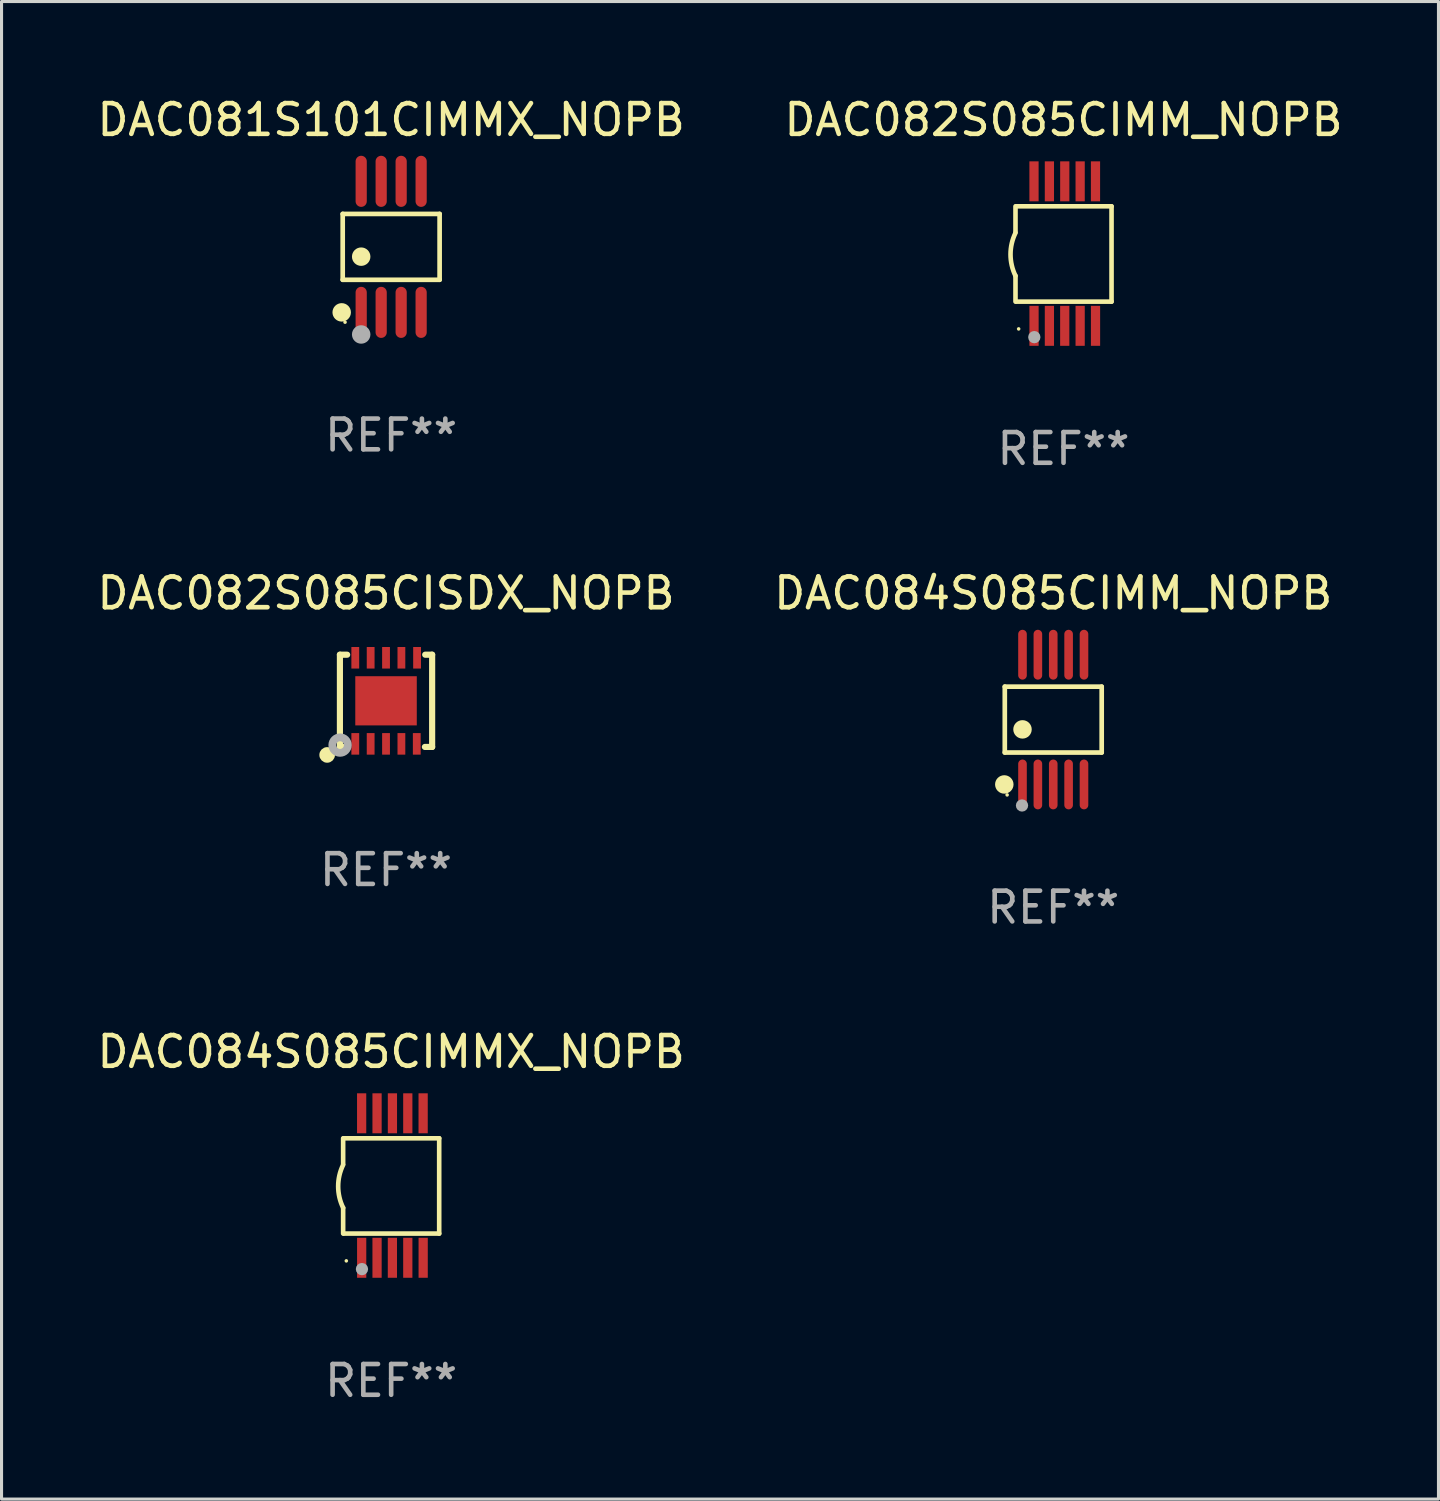
<source format=kicad_pcb>
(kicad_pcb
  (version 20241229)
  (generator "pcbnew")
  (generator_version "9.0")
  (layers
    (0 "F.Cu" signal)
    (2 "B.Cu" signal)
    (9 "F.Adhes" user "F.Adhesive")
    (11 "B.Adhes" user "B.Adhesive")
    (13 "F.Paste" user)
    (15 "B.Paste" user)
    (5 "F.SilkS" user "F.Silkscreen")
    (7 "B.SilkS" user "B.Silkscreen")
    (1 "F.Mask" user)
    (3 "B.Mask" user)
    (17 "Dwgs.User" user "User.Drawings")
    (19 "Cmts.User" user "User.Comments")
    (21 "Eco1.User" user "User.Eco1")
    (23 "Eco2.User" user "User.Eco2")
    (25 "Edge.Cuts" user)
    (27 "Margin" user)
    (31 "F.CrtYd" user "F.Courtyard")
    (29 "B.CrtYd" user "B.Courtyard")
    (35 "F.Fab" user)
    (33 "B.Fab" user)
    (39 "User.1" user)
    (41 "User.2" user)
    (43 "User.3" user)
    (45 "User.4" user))
  (footprint "DAC082S085CIMM_NOPB"
    (layer "F.Cu")
    (at 31.542 5.198)
    (property "Reference" "DAC082S085CIMM_NOPB" (at 0 -4.35 0) (layer "F.SilkS") (effects (font (size 1 1) (thickness 0.15))))
    (attr through_hole)
    (fp_line (start -1.562 -1.537) (end -1.562 -0.698) (stroke (width 0.15) (type solid)) (layer "F.SilkS"))
    (fp_line (start -1.562 0.724) (end -1.562 1.562) (stroke (width 0.15) (type solid)) (layer "F.SilkS"))
    (fp_line (start -1.538 -1.537) (end 1.562 -1.537) (stroke (width 0.15) (type solid)) (layer "F.SilkS"))
    (fp_line (start -1.538 1.562) (end 1.562 1.562) (stroke (width 0.15) (type solid)) (layer "F.SilkS"))
    (fp_line (start 1.562 1.564) (end 1.562 -1.537) (stroke (width 0.15) (type solid)) (layer "F.SilkS"))
    (fp_arc (start -1.562103 0.724079) (mid -1.723579 0.025578) (end -1.562103 -0.672924) (stroke (width 0.150013) (type solid)) (layer "F.SilkS"))
    (fp_circle (center -1.459 2.45) (end -1.429 2.45) (stroke (width 0.06) (type solid)) (fill no) (layer "F.SilkS"))
    (fp_circle (center -0.95 2.718) (end -0.85 2.718) (stroke (width 0.2) (type solid)) (fill no) (layer "F.Fab"))
    (fp_text user "REF**" (at 0 6.35 0) (layer "F.Fab") (effects (font (size 1 1) (thickness 0.15))))
    (pad "1" smd rect (at -0.959 2.35) (size 0.3 1.3) (layers "F.Cu" "F.Mask" "F.Paste"))
    (pad "2" smd rect (at -0.459 2.35) (size 0.3 1.3) (layers "F.Cu" "F.Mask" "F.Paste"))
    (pad "3" smd rect (at 0.04 2.35) (size 0.3 1.3) (layers "F.Cu" "F.Mask" "F.Paste"))
    (pad "4" smd rect (at 0.541 2.35) (size 0.3 1.3) (layers "F.Cu" "F.Mask" "F.Paste"))
    (pad "5" smd rect (at 1.041 2.35) (size 0.3 1.3) (layers "F.Cu" "F.Mask" "F.Paste"))
    (pad "6" smd rect (at 1.04 -2.35) (size 0.3 1.3) (layers "F.Cu" "F.Mask" "F.Paste"))
    (pad "7" smd rect (at 0.541 -2.35) (size 0.3 1.3) (layers "F.Cu" "F.Mask" "F.Paste"))
    (pad "8" smd rect (at 0.041 -2.35) (size 0.3 1.3) (layers "F.Cu" "F.Mask" "F.Paste"))
    (pad "9" smd rect (at -0.459 -2.35) (size 0.3 1.3) (layers "F.Cu" "F.Mask" "F.Paste"))
    (pad "10" smd rect (at -0.96 -2.35) (size 0.3 1.3) (layers "F.Cu" "F.Mask" "F.Paste")))
  (footprint "DAC084S085CIMM_NOPB"
    (layer "F.Cu")
    (at 31.208 20.355)
    (property "Reference" "DAC084S085CIMM_NOPB" (at 0 -4.11 0) (layer "F.SilkS") (effects (font (size 1 1) (thickness 0.15))))
    (attr through_hole)
    (fp_line (start -1.576 -1.071) (end 1.576 -1.071) (stroke (width 0.152) (type solid)) (layer "F.SilkS"))
    (fp_line (start -1.576 1.071) (end -1.576 -1.071) (stroke (width 0.152) (type solid)) (layer "F.SilkS"))
    (fp_line (start 1.576 -1.071) (end 1.576 1.071) (stroke (width 0.152) (type solid)) (layer "F.SilkS"))
    (fp_line (start 1.576 1.071) (end -1.576 1.071) (stroke (width 0.152) (type solid)) (layer "F.SilkS"))
    (fp_circle (center -1.592 2.11) (end -1.442 2.11) (stroke (width 0.3) (type solid)) (fill no) (layer "F.SilkS"))
    (fp_circle (center -1.5 2.45) (end -1.47 2.45) (stroke (width 0.06) (type solid)) (fill no) (layer "F.SilkS"))
    (fp_circle (center -1 0.319) (end -0.85 0.319) (stroke (width 0.3) (type solid)) (fill no) (layer "F.SilkS"))
    (fp_circle (center -1.016 2.794) (end -0.916 2.794) (stroke (width 0.2) (type solid)) (fill no) (layer "F.Fab"))
    (fp_text user "REF**" (at 0 6.11 0) (layer "F.Fab") (effects (font (size 1 1) (thickness 0.15))))
    (pad "1" smd oval (at -1 2.11) (size 0.28 1.62) (layers "F.Cu" "F.Mask" "F.Paste"))
    (pad "2" smd oval (at -0.5 2.11) (size 0.28 1.62) (layers "F.Cu" "F.Mask" "F.Paste"))
    (pad "3" smd oval (at 0 2.11) (size 0.28 1.62) (layers "F.Cu" "F.Mask" "F.Paste"))
    (pad "4" smd oval (at 0.5 2.11) (size 0.28 1.62) (layers "F.Cu" "F.Mask" "F.Paste"))
    (pad "5" smd oval (at 1 2.11) (size 0.28 1.62) (layers "F.Cu" "F.Mask" "F.Paste"))
    (pad "6" smd oval (at 1 -2.11) (size 0.28 1.62) (layers "F.Cu" "F.Mask" "F.Paste"))
    (pad "7" smd oval (at 0.5 -2.11) (size 0.28 1.62) (layers "F.Cu" "F.Mask" "F.Paste"))
    (pad "8" smd oval (at 0 -2.11) (size 0.28 1.62) (layers "F.Cu" "F.Mask" "F.Paste"))
    (pad "9" smd oval (at -0.5 -2.11) (size 0.28 1.62) (layers "F.Cu" "F.Mask" "F.Paste"))
    (pad "10" smd oval (at -1 -2.11) (size 0.28 1.62) (layers "F.Cu" "F.Mask" "F.Paste")))
  (footprint "DAC081S101CIMMX_NOPB"
    (layer "F.Cu")
    (at 9.673 4.979)
    (property "Reference" "DAC081S101CIMMX_NOPB" (at 0 -4.131 0) (layer "F.SilkS") (effects (font (size 1 1) (thickness 0.15))))
    (attr through_hole)
    (fp_line (start -1.576 -1.071) (end 1.576 -1.071) (stroke (width 0.152) (type solid)) (layer "F.SilkS"))
    (fp_line (start -1.576 1.071) (end -1.576 -1.071) (stroke (width 0.152) (type solid)) (layer "F.SilkS"))
    (fp_line (start 1.576 -1.071) (end 1.576 1.071) (stroke (width 0.152) (type solid)) (layer "F.SilkS"))
    (fp_line (start 1.576 1.071) (end -1.576 1.071) (stroke (width 0.152) (type solid)) (layer "F.SilkS"))
    (fp_circle (center -1.609 2.131) (end -1.459 2.131) (stroke (width 0.3) (type solid)) (fill no) (layer "F.SilkS"))
    (fp_circle (center -1.5 2.45) (end -1.47 2.45) (stroke (width 0.06) (type solid)) (fill no) (layer "F.SilkS"))
    (fp_circle (center -0.975 0.319) (end -0.825 0.319) (stroke (width 0.3) (type solid)) (fill no) (layer "F.SilkS"))
    (fp_circle (center -0.975 2.85) (end -0.825 2.85) (stroke (width 0.3) (type solid)) (fill no) (layer "F.Fab"))
    (fp_text user "REF**" (at 0 6.131 0) (layer "F.Fab") (effects (font (size 1 1) (thickness 0.15))))
    (pad "1" smd oval (at -0.975 2.131) (size 0.364 1.662) (layers "F.Cu" "F.Mask" "F.Paste"))
    (pad "2" smd oval (at -0.325 2.131) (size 0.364 1.662) (layers "F.Cu" "F.Mask" "F.Paste"))
    (pad "3" smd oval (at 0.325 2.131) (size 0.364 1.662) (layers "F.Cu" "F.Mask" "F.Paste"))
    (pad "4" smd oval (at 0.975 2.131) (size 0.364 1.662) (layers "F.Cu" "F.Mask" "F.Paste"))
    (pad "5" smd oval (at 0.975 -2.131) (size 0.364 1.662) (layers "F.Cu" "F.Mask" "F.Paste"))
    (pad "6" smd oval (at 0.325 -2.131) (size 0.364 1.662) (layers "F.Cu" "F.Mask" "F.Paste"))
    (pad "7" smd oval (at -0.325 -2.131) (size 0.364 1.662) (layers "F.Cu" "F.Mask" "F.Paste"))
    (pad "8" smd oval (at -0.975 -2.131) (size 0.364 1.662) (layers "F.Cu" "F.Mask" "F.Paste")))
  (footprint "DAC082S085CISDX_NOPB"
    (layer "F.Cu")
    (at 9.506 19.745)
    (property "Reference" "DAC082S085CISDX_NOPB" (at 0 -3.5 0) (layer "F.SilkS") (effects (font (size 1 1) (thickness 0.15))))
    (attr through_hole)
    (fp_line (start -1.5 -1.5) (end -1.5 1.5) (stroke (width 0.2) (type solid)) (layer "F.SilkS"))
    (fp_line (start -1.5 -1.5) (end -1.264 -1.5) (stroke (width 0.2) (type solid)) (layer "F.SilkS"))
    (fp_line (start -1.5 1.5) (end -1.264 1.5) (stroke (width 0.2) (type solid)) (layer "F.SilkS"))
    (fp_line (start 1.264 1.5) (end 1.5 1.5) (stroke (width 0.2) (type solid)) (layer "F.SilkS"))
    (fp_line (start 1.274 -1.5) (end 1.5 -1.5) (stroke (width 0.2) (type solid)) (layer "F.SilkS"))
    (fp_line (start 1.5 -1.5) (end 1.5 1.5) (stroke (width 0.2) (type solid)) (layer "F.SilkS"))
    (fp_circle (center -1.915 1.76) (end -1.788 1.76) (stroke (width 0.254) (type solid)) (fill no) (layer "F.SilkS"))
    (fp_circle (center -1.495 1.5) (end -1.465 1.5) (stroke (width 0.06) (type solid)) (fill no) (layer "F.SilkS"))
    (fp_circle (center -1.495 1.44) (end -1.37 1.44) (stroke (width 0.254) (type solid)) (fill no) (layer "F.Fab"))
    (fp_text user "REF**" (at 0 5.5 0) (layer "F.Fab") (effects (font (size 1 1) (thickness 0.15))))
    (pad "1" smd rect (at -1 1.4) (size 0.254 0.701) (layers "F.Cu" "F.Mask" "F.Paste"))
    (pad "2" smd rect (at -0.5 1.4) (size 0.254 0.701) (layers "F.Cu" "F.Mask" "F.Paste"))
    (pad "3" smd rect (at 0.000076 1.4) (size 0.254 0.701) (layers "F.Cu" "F.Mask" "F.Paste"))
    (pad "4" smd rect (at 0.5 1.4) (size 0.254 0.701) (layers "F.Cu" "F.Mask" "F.Paste"))
    (pad "5" smd rect (at 1 1.4) (size 0.254 0.701) (layers "F.Cu" "F.Mask" "F.Paste"))
    (pad "6" smd rect (at 1.01 -1.4) (size 0.254 0.701) (layers "F.Cu" "F.Mask" "F.Paste"))
    (pad "7" smd rect (at 0.5 -1.4) (size 0.254 0.701) (layers "F.Cu" "F.Mask" "F.Paste"))
    (pad "8" smd rect (at 0.000076 -1.4) (size 0.254 0.701) (layers "F.Cu" "F.Mask" "F.Paste"))
    (pad "9" smd rect (at -0.5 -1.4) (size 0.254 0.701) (layers "F.Cu" "F.Mask" "F.Paste"))
    (pad "10" smd rect (at -1 -1.4) (size 0.254 0.701) (layers "F.Cu" "F.Mask" "F.Paste"))
    (pad "11" smd rect (at 0.000076 -0.000152) (size 2 1.6) (layers "F.Cu" "F.Mask" "F.Paste")))
  (footprint "DAC084S085CIMMX_NOPB"
    (layer "F.Cu")
    (at 9.673 35.511)
    (property "Reference" "DAC084S085CIMMX_NOPB" (at 0 -4.35 0) (layer "F.SilkS") (effects (font (size 1 1) (thickness 0.15))))
    (attr through_hole)
    (fp_line (start -1.562 -1.537) (end -1.562 -0.698) (stroke (width 0.15) (type solid)) (layer "F.SilkS"))
    (fp_line (start -1.562 0.724) (end -1.562 1.562) (stroke (width 0.15) (type solid)) (layer "F.SilkS"))
    (fp_line (start -1.538 -1.537) (end 1.562 -1.537) (stroke (width 0.15) (type solid)) (layer "F.SilkS"))
    (fp_line (start -1.538 1.562) (end 1.562 1.562) (stroke (width 0.15) (type solid)) (layer "F.SilkS"))
    (fp_line (start 1.562 1.564) (end 1.562 -1.537) (stroke (width 0.15) (type solid)) (layer "F.SilkS"))
    (fp_arc (start -1.562103 0.724079) (mid -1.723579 0.025578) (end -1.562103 -0.672924) (stroke (width 0.150013) (type solid)) (layer "F.SilkS"))
    (fp_circle (center -1.459 2.45) (end -1.429 2.45) (stroke (width 0.06) (type solid)) (fill no) (layer "F.SilkS"))
    (fp_circle (center -0.95 2.718) (end -0.85 2.718) (stroke (width 0.2) (type solid)) (fill no) (layer "F.Fab"))
    (fp_text user "REF**" (at 0 6.35 0) (layer "F.Fab") (effects (font (size 1 1) (thickness 0.15))))
    (pad "1" smd rect (at -0.959 2.35) (size 0.3 1.3) (layers "F.Cu" "F.Mask" "F.Paste"))
    (pad "2" smd rect (at -0.459 2.35) (size 0.3 1.3) (layers "F.Cu" "F.Mask" "F.Paste"))
    (pad "3" smd rect (at 0.04 2.35) (size 0.3 1.3) (layers "F.Cu" "F.Mask" "F.Paste"))
    (pad "4" smd rect (at 0.541 2.35) (size 0.3 1.3) (layers "F.Cu" "F.Mask" "F.Paste"))
    (pad "5" smd rect (at 1.041 2.35) (size 0.3 1.3) (layers "F.Cu" "F.Mask" "F.Paste"))
    (pad "6" smd rect (at 1.04 -2.35) (size 0.3 1.3) (layers "F.Cu" "F.Mask" "F.Paste"))
    (pad "7" smd rect (at 0.541 -2.35) (size 0.3 1.3) (layers "F.Cu" "F.Mask" "F.Paste"))
    (pad "8" smd rect (at 0.041 -2.35) (size 0.3 1.3) (layers "F.Cu" "F.Mask" "F.Paste"))
    (pad "9" smd rect (at -0.459 -2.35) (size 0.3 1.3) (layers "F.Cu" "F.Mask" "F.Paste"))
    (pad "10" smd rect (at -0.96 -2.35) (size 0.3 1.3) (layers "F.Cu" "F.Mask" "F.Paste")))
  (gr_rect
    (start -3 -3)
    (end 43.738 45.71)
    (stroke (width 0.1) (type default))
    (fill no)
    (layer "Edge.Cuts")))
</source>
